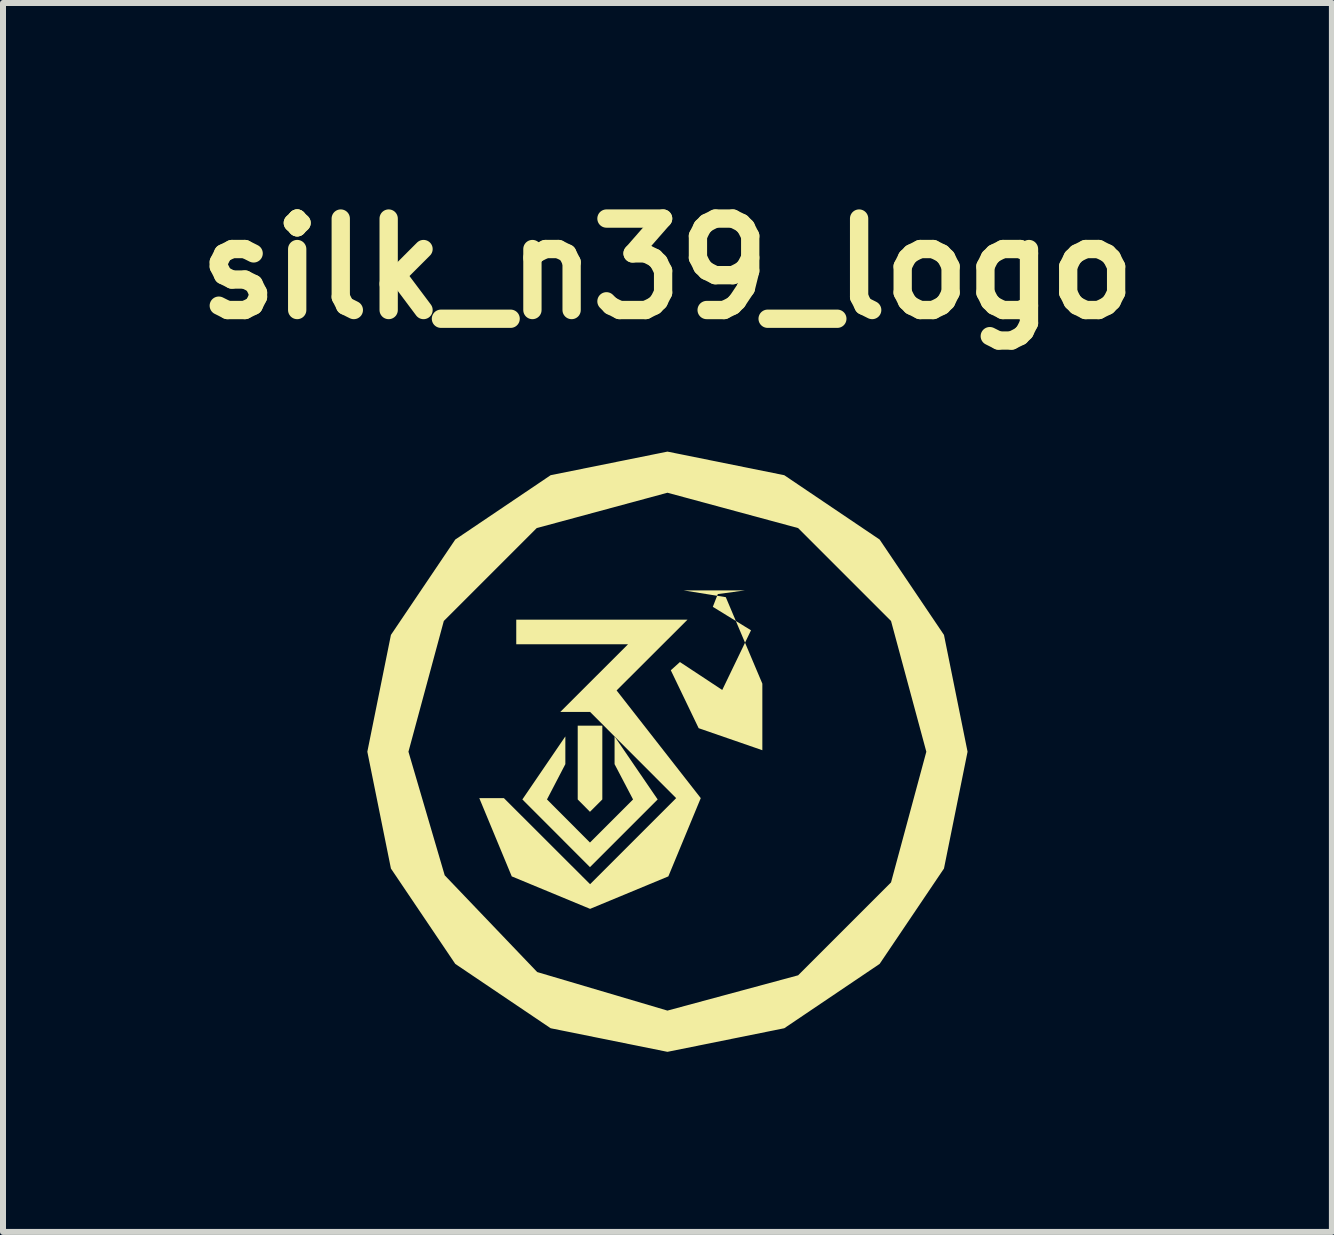
<source format=kicad_pcb>
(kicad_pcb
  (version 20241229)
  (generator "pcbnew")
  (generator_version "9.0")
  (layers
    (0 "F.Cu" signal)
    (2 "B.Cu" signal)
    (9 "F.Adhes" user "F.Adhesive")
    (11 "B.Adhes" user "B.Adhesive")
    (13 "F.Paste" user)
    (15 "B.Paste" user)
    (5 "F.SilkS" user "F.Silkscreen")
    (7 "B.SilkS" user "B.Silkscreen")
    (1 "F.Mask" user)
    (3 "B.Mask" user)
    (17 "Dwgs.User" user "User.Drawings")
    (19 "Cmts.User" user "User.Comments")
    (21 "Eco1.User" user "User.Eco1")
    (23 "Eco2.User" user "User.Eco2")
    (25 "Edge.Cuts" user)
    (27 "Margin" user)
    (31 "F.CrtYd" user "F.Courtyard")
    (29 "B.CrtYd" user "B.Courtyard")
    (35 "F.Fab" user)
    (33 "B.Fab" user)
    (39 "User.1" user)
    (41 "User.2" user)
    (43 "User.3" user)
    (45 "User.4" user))
  (footprint "silk_n39_logo"
    (layer "F.Cu")
    (at 8.07 9.474)
    (property "Reference" "silk_n39_logo" (at 0 -8.048 0) (layer "F.SilkS") (effects (font (size 1.524 1.524) (thickness 0.305))))
    (attr smd)
    (fp_poly (pts (xy -1.291 1.001) (xy -1.085 0.795) (xy -1.085 -0.434) (xy -1.495 -0.434) (xy -1.495 0.795) (xy -1.291 1.001)) (stroke (width 0) (type solid)) (fill yes) (layer "F.SilkS"))
    (fp_poly (pts (xy -1.291 1.923) (xy -0.163 0.795) (xy -0.881 -0.255) (xy -0.881 0.207) (xy -0.573 0.795) (xy -1.291 1.513) (xy -2.007 0.795) (xy -1.701 0.207) (xy -1.701 -0.255) (xy -2.417 0.795) (xy -1.291 1.923)) (stroke (width 0) (type solid)) (fill yes) (layer "F.SilkS"))
    (fp_poly (pts (xy 1.293 -2.688) (xy 0.839 -2.627) (xy 0.756 -2.414) (xy 1.392 -2.023) (xy 0.913 -1.029) (xy 0.208 -1.494) (xy 0.056 -1.357) (xy 0.52 -0.392) (xy 1.581 -0.025) (xy 1.581 1.901) (xy 1.581 -0.559) (xy 1.581 -1.134) (xy 0.972 -2.575) (xy 0.267 -2.688) (xy 1.293 -2.688)) (stroke (width 0) (type solid)) (fill yes) (layer "F.SilkS"))
    (fp_poly (pts (xy -2.519 -2.2) (xy -2.519 -1.79) (xy -0.657 -1.79) (xy -1.785 -0.663) (xy -1.289 -0.663) (xy 0.145 0.773) (xy -1.289 2.207) (xy -2.725 0.773) (xy -3.135 0.773) (xy -2.594 2.077) (xy -1.289 2.618) (xy 0.015 2.077) (xy 0.555 0.773) (xy -0.847 -1.021) (xy 0.334 -2.2) (xy -2.519 -2.2)) (stroke (width 0) (type solid)) (fill yes) (layer "F.SilkS"))
    (fp_poly (pts (xy 0 -5) (xy 0 -4.315) (xy 2.177 -3.726) (xy 3.725 -2.178) (xy 4.313 0) (xy 3.725 2.177) (xy 2.177 3.725) (xy 0 4.313) (xy -2.17 3.671) (xy -3.711 2.059) (xy -4.315 0) (xy -3.726 -2.178) (xy -2.178 -3.726) (xy 0.000002 -4.315) (xy 0 -4.315) (xy 0 -5) (xy -1.946 -4.607) (xy -3.535 -3.535) (xy -4.607 -1.946) (xy -5 0) (xy -4.607 1.946) (xy -3.535 3.535) (xy -1.946 4.607) (xy 0 5) (xy 1.946 4.607) (xy 3.535 3.535) (xy 4.607 1.946) (xy 5 0) (xy 4.607 -1.946) (xy 3.535 -3.535) (xy 1.946 -4.607) (xy 0 -5)) (stroke (width 0) (type solid)) (fill yes) (layer "F.SilkS")))
  (gr_rect
    (start -3 -3)
    (end 19.14 17.474)
    (stroke (width 0.1) (type default))
    (fill no)
    (layer "Edge.Cuts")))
</source>
